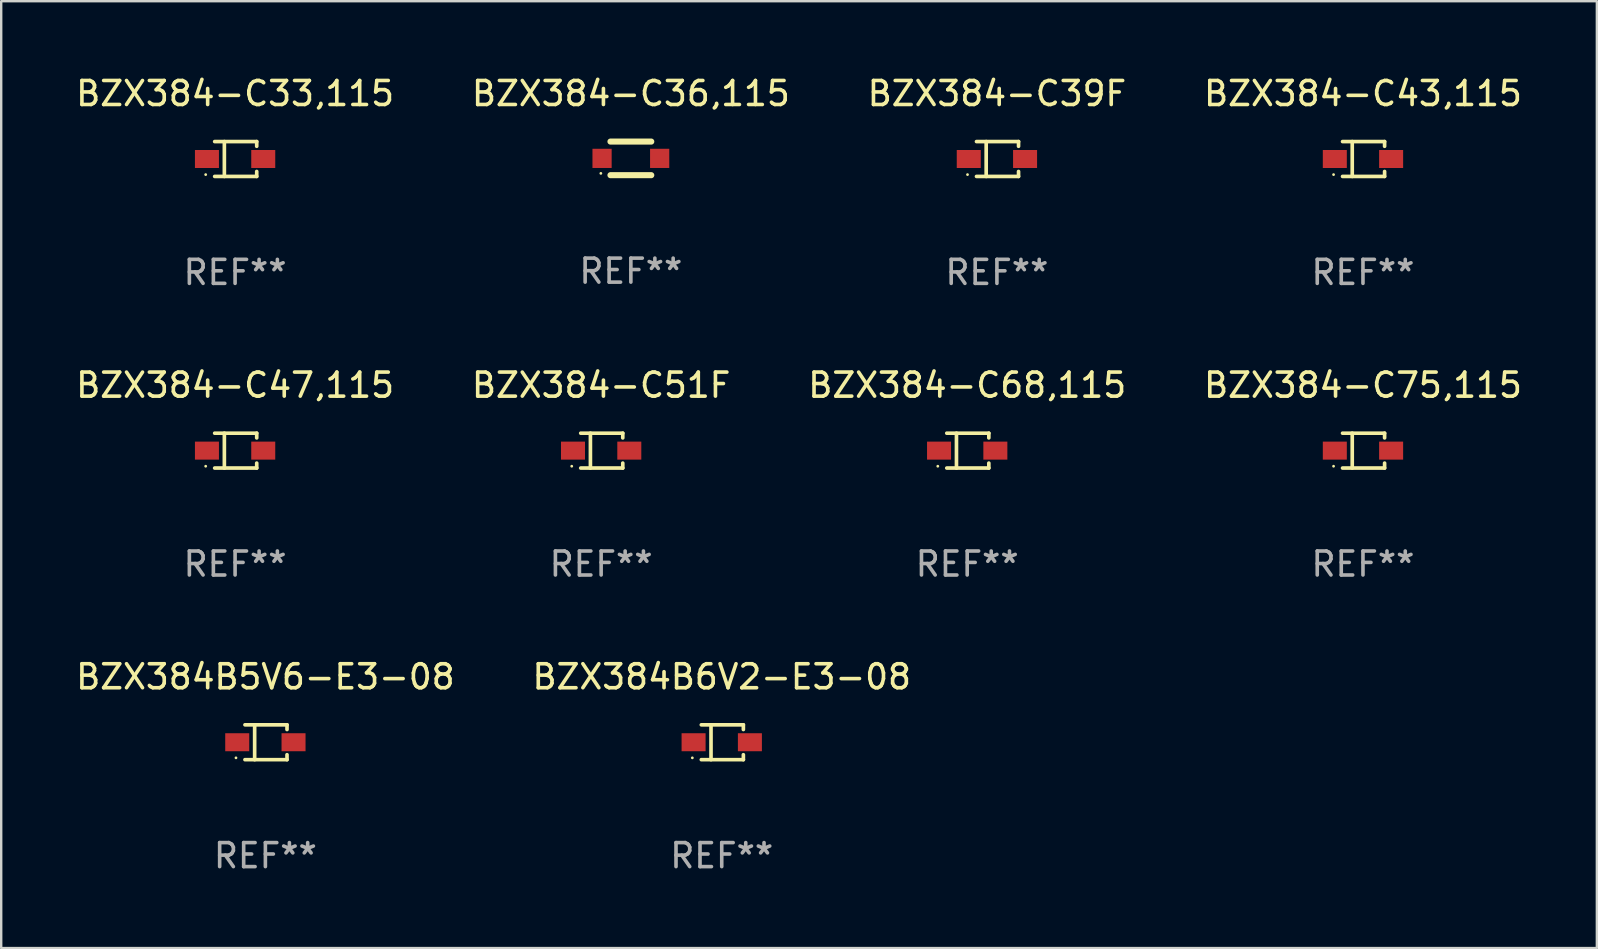
<source format=kicad_pcb>
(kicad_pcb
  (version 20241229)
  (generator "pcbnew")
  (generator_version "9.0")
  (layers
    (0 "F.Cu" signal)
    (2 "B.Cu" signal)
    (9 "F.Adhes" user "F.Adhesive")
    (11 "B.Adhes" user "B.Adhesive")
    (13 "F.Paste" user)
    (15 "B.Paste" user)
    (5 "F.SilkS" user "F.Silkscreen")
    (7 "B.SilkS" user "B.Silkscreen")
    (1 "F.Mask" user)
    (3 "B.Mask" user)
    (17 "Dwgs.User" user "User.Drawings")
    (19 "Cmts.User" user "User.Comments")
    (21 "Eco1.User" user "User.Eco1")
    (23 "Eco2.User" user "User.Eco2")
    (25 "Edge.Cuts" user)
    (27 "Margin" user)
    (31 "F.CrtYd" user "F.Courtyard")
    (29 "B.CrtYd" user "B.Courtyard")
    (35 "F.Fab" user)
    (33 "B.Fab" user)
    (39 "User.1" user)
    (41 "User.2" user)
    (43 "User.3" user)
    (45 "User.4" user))
  (footprint "BZX384-C68,115"
    (layer "F.Cu")
    (at 37.244 15.723)
    (property "Reference" "BZX384-C68,115" (at 0 -2.726 0) (layer "F.SilkS") (effects (font (size 1 1) (thickness 0.15))))
    (attr through_hole)
    (fp_line (start -0.851 -0.726) (end 0.901 -0.726) (stroke (width 0.152) (type solid)) (layer "F.SilkS"))
    (fp_line (start -0.851 0.726) (end 0.901 0.726) (stroke (width 0.152) (type solid)) (layer "F.SilkS"))
    (fp_line (start -0.447 -0.726) (end -0.447 0.726) (stroke (width 0.152) (type solid)) (layer "F.SilkS"))
    (fp_line (start 0.901 -0.726) (end 0.901 -0.53) (stroke (width 0.152) (type solid)) (layer "F.SilkS"))
    (fp_line (start 0.901 0.726) (end 0.901 0.52) (stroke (width 0.152) (type solid)) (layer "F.SilkS"))
    (fp_circle (center -1.225 0.65) (end -1.195 0.65) (stroke (width 0.06) (type solid)) (fill no) (layer "F.SilkS"))
    (fp_text user "REF**" (at 0 4.726 0) (layer "F.Fab") (effects (font (size 1 1) (thickness 0.15))))
    (pad "1" smd rect (at -1.173 0) (size 1 0.75) (layers "F.Cu" "F.Mask" "F.Paste"))
    (pad "2" smd rect (at 1.173 0) (size 1 0.75) (layers "F.Cu" "F.Mask" "F.Paste")))
  (footprint "BZX384-C75,115"
    (layer "F.Cu")
    (at 53.732 15.723)
    (property "Reference" "BZX384-C75,115" (at 0 -2.726 0) (layer "F.SilkS") (effects (font (size 1 1) (thickness 0.15))))
    (attr through_hole)
    (fp_line (start -0.851 -0.726) (end 0.901 -0.726) (stroke (width 0.152) (type solid)) (layer "F.SilkS"))
    (fp_line (start -0.851 0.726) (end 0.901 0.726) (stroke (width 0.152) (type solid)) (layer "F.SilkS"))
    (fp_line (start -0.447 -0.726) (end -0.447 0.726) (stroke (width 0.152) (type solid)) (layer "F.SilkS"))
    (fp_line (start 0.901 -0.726) (end 0.901 -0.53) (stroke (width 0.152) (type solid)) (layer "F.SilkS"))
    (fp_line (start 0.901 0.726) (end 0.901 0.52) (stroke (width 0.152) (type solid)) (layer "F.SilkS"))
    (fp_circle (center -1.225 0.65) (end -1.195 0.65) (stroke (width 0.06) (type solid)) (fill no) (layer "F.SilkS"))
    (fp_text user "REF**" (at 0 4.726 0) (layer "F.Fab") (effects (font (size 1 1) (thickness 0.15))))
    (pad "1" smd rect (at -1.173 0) (size 1 0.75) (layers "F.Cu" "F.Mask" "F.Paste"))
    (pad "2" smd rect (at 1.173 0) (size 1 0.75) (layers "F.Cu" "F.Mask" "F.Paste")))
  (footprint "BZX384-C39F"
    (layer "F.Cu")
    (at 38.482 3.574)
    (property "Reference" "BZX384-C39F" (at 0 -2.726 0) (layer "F.SilkS") (effects (font (size 1 1) (thickness 0.15))))
    (attr through_hole)
    (fp_line (start -0.851 -0.726) (end 0.901 -0.726) (stroke (width 0.152) (type solid)) (layer "F.SilkS"))
    (fp_line (start -0.851 0.726) (end 0.901 0.726) (stroke (width 0.152) (type solid)) (layer "F.SilkS"))
    (fp_line (start -0.447 -0.726) (end -0.447 0.726) (stroke (width 0.152) (type solid)) (layer "F.SilkS"))
    (fp_line (start 0.901 -0.726) (end 0.901 -0.53) (stroke (width 0.152) (type solid)) (layer "F.SilkS"))
    (fp_line (start 0.901 0.726) (end 0.901 0.52) (stroke (width 0.152) (type solid)) (layer "F.SilkS"))
    (fp_circle (center -1.225 0.65) (end -1.195 0.65) (stroke (width 0.06) (type solid)) (fill no) (layer "F.SilkS"))
    (fp_text user "REF**" (at 0 4.726 0) (layer "F.Fab") (effects (font (size 1 1) (thickness 0.15))))
    (pad "1" smd rect (at -1.173 0) (size 1 0.75) (layers "F.Cu" "F.Mask" "F.Paste"))
    (pad "2" smd rect (at 1.173 0) (size 1 0.75) (layers "F.Cu" "F.Mask" "F.Paste")))
  (footprint "BZX384-C36,115"
    (layer "F.Cu")
    (at 23.232 3.548)
    (property "Reference" "BZX384-C36,115" (at 0 -2.7 0) (layer "F.SilkS") (effects (font (size 1 1) (thickness 0.15))))
    (attr through_hole)
    (fp_line (start -0.85 -0.7) (end 0.85 -0.7) (stroke (width 0.254) (type solid)) (layer "F.SilkS"))
    (fp_line (start -0.85 0.7) (end 0.85 0.7) (stroke (width 0.254) (type solid)) (layer "F.SilkS"))
    (fp_circle (center -1.25 0.625) (end -1.22 0.625) (stroke (width 0.06) (type solid)) (fill no) (layer "F.SilkS"))
    (fp_text user "REF**" (at 0 4.7 0) (layer "F.Fab") (effects (font (size 1 1) (thickness 0.15))))
    (pad "1" smd rect (at -1.2 0) (size 0.8 0.8) (layers "F.Cu" "F.Mask" "F.Paste"))
    (pad "2" smd rect (at 1.2 0) (size 0.8 0.8) (layers "F.Cu" "F.Mask" "F.Paste")))
  (footprint "BZX384-C47,115"
    (layer "F.Cu")
    (at 6.744 15.723)
    (property "Reference" "BZX384-C47,115" (at 0 -2.726 0) (layer "F.SilkS") (effects (font (size 1 1) (thickness 0.15))))
    (attr through_hole)
    (fp_line (start -0.851 -0.726) (end 0.901 -0.726) (stroke (width 0.152) (type solid)) (layer "F.SilkS"))
    (fp_line (start -0.851 0.726) (end 0.901 0.726) (stroke (width 0.152) (type solid)) (layer "F.SilkS"))
    (fp_line (start -0.447 -0.726) (end -0.447 0.726) (stroke (width 0.152) (type solid)) (layer "F.SilkS"))
    (fp_line (start 0.901 -0.726) (end 0.901 -0.53) (stroke (width 0.152) (type solid)) (layer "F.SilkS"))
    (fp_line (start 0.901 0.726) (end 0.901 0.52) (stroke (width 0.152) (type solid)) (layer "F.SilkS"))
    (fp_circle (center -1.225 0.65) (end -1.195 0.65) (stroke (width 0.06) (type solid)) (fill no) (layer "F.SilkS"))
    (fp_text user "REF**" (at 0 4.726 0) (layer "F.Fab") (effects (font (size 1 1) (thickness 0.15))))
    (pad "1" smd rect (at -1.173 0) (size 1 0.75) (layers "F.Cu" "F.Mask" "F.Paste"))
    (pad "2" smd rect (at 1.173 0) (size 1 0.75) (layers "F.Cu" "F.Mask" "F.Paste")))
  (footprint "BZX384B5V6-E3-08"
    (layer "F.Cu")
    (at 8.006 27.872)
    (property "Reference" "BZX384B5V6-E3-08" (at 0 -2.726 0) (layer "F.SilkS") (effects (font (size 1 1) (thickness 0.15))))
    (attr through_hole)
    (fp_line (start -0.851 -0.726) (end 0.901 -0.726) (stroke (width 0.152) (type solid)) (layer "F.SilkS"))
    (fp_line (start -0.851 0.726) (end 0.901 0.726) (stroke (width 0.152) (type solid)) (layer "F.SilkS"))
    (fp_line (start -0.447 -0.726) (end -0.447 0.726) (stroke (width 0.152) (type solid)) (layer "F.SilkS"))
    (fp_line (start 0.901 -0.726) (end 0.901 -0.53) (stroke (width 0.152) (type solid)) (layer "F.SilkS"))
    (fp_line (start 0.901 0.726) (end 0.901 0.52) (stroke (width 0.152) (type solid)) (layer "F.SilkS"))
    (fp_circle (center -1.225 0.65) (end -1.195 0.65) (stroke (width 0.06) (type solid)) (fill no) (layer "F.SilkS"))
    (fp_text user "REF**" (at 0 4.726 0) (layer "F.Fab") (effects (font (size 1 1) (thickness 0.15))))
    (pad "1" smd rect (at -1.173 0) (size 1 0.75) (layers "F.Cu" "F.Mask" "F.Paste"))
    (pad "2" smd rect (at 1.173 0) (size 1 0.75) (layers "F.Cu" "F.Mask" "F.Paste")))
  (footprint "BZX384-C33,115"
    (layer "F.Cu")
    (at 6.744 3.574)
    (property "Reference" "BZX384-C33,115" (at 0 -2.726 0) (layer "F.SilkS") (effects (font (size 1 1) (thickness 0.15))))
    (attr through_hole)
    (fp_line (start -0.851 -0.726) (end 0.901 -0.726) (stroke (width 0.152) (type solid)) (layer "F.SilkS"))
    (fp_line (start -0.851 0.726) (end 0.901 0.726) (stroke (width 0.152) (type solid)) (layer "F.SilkS"))
    (fp_line (start -0.447 -0.726) (end -0.447 0.726) (stroke (width 0.152) (type solid)) (layer "F.SilkS"))
    (fp_line (start 0.901 -0.726) (end 0.901 -0.53) (stroke (width 0.152) (type solid)) (layer "F.SilkS"))
    (fp_line (start 0.901 0.726) (end 0.901 0.52) (stroke (width 0.152) (type solid)) (layer "F.SilkS"))
    (fp_circle (center -1.225 0.65) (end -1.195 0.65) (stroke (width 0.06) (type solid)) (fill no) (layer "F.SilkS"))
    (fp_text user "REF**" (at 0 4.726 0) (layer "F.Fab") (effects (font (size 1 1) (thickness 0.15))))
    (pad "1" smd rect (at -1.173 0) (size 1 0.75) (layers "F.Cu" "F.Mask" "F.Paste"))
    (pad "2" smd rect (at 1.173 0) (size 1 0.75) (layers "F.Cu" "F.Mask" "F.Paste")))
  (footprint "BZX384-C51F"
    (layer "F.Cu")
    (at 21.994 15.723)
    (property "Reference" "BZX384-C51F" (at 0 -2.726 0) (layer "F.SilkS") (effects (font (size 1 1) (thickness 0.15))))
    (attr through_hole)
    (fp_line (start -0.851 -0.726) (end 0.901 -0.726) (stroke (width 0.152) (type solid)) (layer "F.SilkS"))
    (fp_line (start -0.851 0.726) (end 0.901 0.726) (stroke (width 0.152) (type solid)) (layer "F.SilkS"))
    (fp_line (start -0.447 -0.726) (end -0.447 0.726) (stroke (width 0.152) (type solid)) (layer "F.SilkS"))
    (fp_line (start 0.901 -0.726) (end 0.901 -0.53) (stroke (width 0.152) (type solid)) (layer "F.SilkS"))
    (fp_line (start 0.901 0.726) (end 0.901 0.52) (stroke (width 0.152) (type solid)) (layer "F.SilkS"))
    (fp_circle (center -1.225 0.65) (end -1.195 0.65) (stroke (width 0.06) (type solid)) (fill no) (layer "F.SilkS"))
    (fp_text user "REF**" (at 0 4.726 0) (layer "F.Fab") (effects (font (size 1 1) (thickness 0.15))))
    (pad "1" smd rect (at -1.173 0) (size 1 0.75) (layers "F.Cu" "F.Mask" "F.Paste"))
    (pad "2" smd rect (at 1.173 0) (size 1 0.75) (layers "F.Cu" "F.Mask" "F.Paste")))
  (footprint "BZX384-C43,115"
    (layer "F.Cu")
    (at 53.732 3.574)
    (property "Reference" "BZX384-C43,115" (at 0 -2.726 0) (layer "F.SilkS") (effects (font (size 1 1) (thickness 0.15))))
    (attr through_hole)
    (fp_line (start -0.851 -0.726) (end 0.901 -0.726) (stroke (width 0.152) (type solid)) (layer "F.SilkS"))
    (fp_line (start -0.851 0.726) (end 0.901 0.726) (stroke (width 0.152) (type solid)) (layer "F.SilkS"))
    (fp_line (start -0.447 -0.726) (end -0.447 0.726) (stroke (width 0.152) (type solid)) (layer "F.SilkS"))
    (fp_line (start 0.901 -0.726) (end 0.901 -0.53) (stroke (width 0.152) (type solid)) (layer "F.SilkS"))
    (fp_line (start 0.901 0.726) (end 0.901 0.52) (stroke (width 0.152) (type solid)) (layer "F.SilkS"))
    (fp_circle (center -1.225 0.65) (end -1.195 0.65) (stroke (width 0.06) (type solid)) (fill no) (layer "F.SilkS"))
    (fp_text user "REF**" (at 0 4.726 0) (layer "F.Fab") (effects (font (size 1 1) (thickness 0.15))))
    (pad "1" smd rect (at -1.173 0) (size 1 0.75) (layers "F.Cu" "F.Mask" "F.Paste"))
    (pad "2" smd rect (at 1.173 0) (size 1 0.75) (layers "F.Cu" "F.Mask" "F.Paste")))
  (footprint "BZX384B6V2-E3-08"
    (layer "F.Cu")
    (at 27.018 27.872)
    (property "Reference" "BZX384B6V2-E3-08" (at 0 -2.726 0) (layer "F.SilkS") (effects (font (size 1 1) (thickness 0.15))))
    (attr through_hole)
    (fp_line (start -0.851 -0.726) (end 0.901 -0.726) (stroke (width 0.152) (type solid)) (layer "F.SilkS"))
    (fp_line (start -0.851 0.726) (end 0.901 0.726) (stroke (width 0.152) (type solid)) (layer "F.SilkS"))
    (fp_line (start -0.447 -0.726) (end -0.447 0.726) (stroke (width 0.152) (type solid)) (layer "F.SilkS"))
    (fp_line (start 0.901 -0.726) (end 0.901 -0.53) (stroke (width 0.152) (type solid)) (layer "F.SilkS"))
    (fp_line (start 0.901 0.726) (end 0.901 0.52) (stroke (width 0.152) (type solid)) (layer "F.SilkS"))
    (fp_circle (center -1.225 0.65) (end -1.195 0.65) (stroke (width 0.06) (type solid)) (fill no) (layer "F.SilkS"))
    (fp_text user "REF**" (at 0 4.726 0) (layer "F.Fab") (effects (font (size 1 1) (thickness 0.15))))
    (pad "1" smd rect (at -1.173 0) (size 1 0.75) (layers "F.Cu" "F.Mask" "F.Paste"))
    (pad "2" smd rect (at 1.173 0) (size 1 0.75) (layers "F.Cu" "F.Mask" "F.Paste")))
  (gr_rect
    (start -3 -3)
    (end 63.476 36.447)
    (stroke (width 0.1) (type default))
    (fill no)
    (layer "Edge.Cuts")))
</source>
